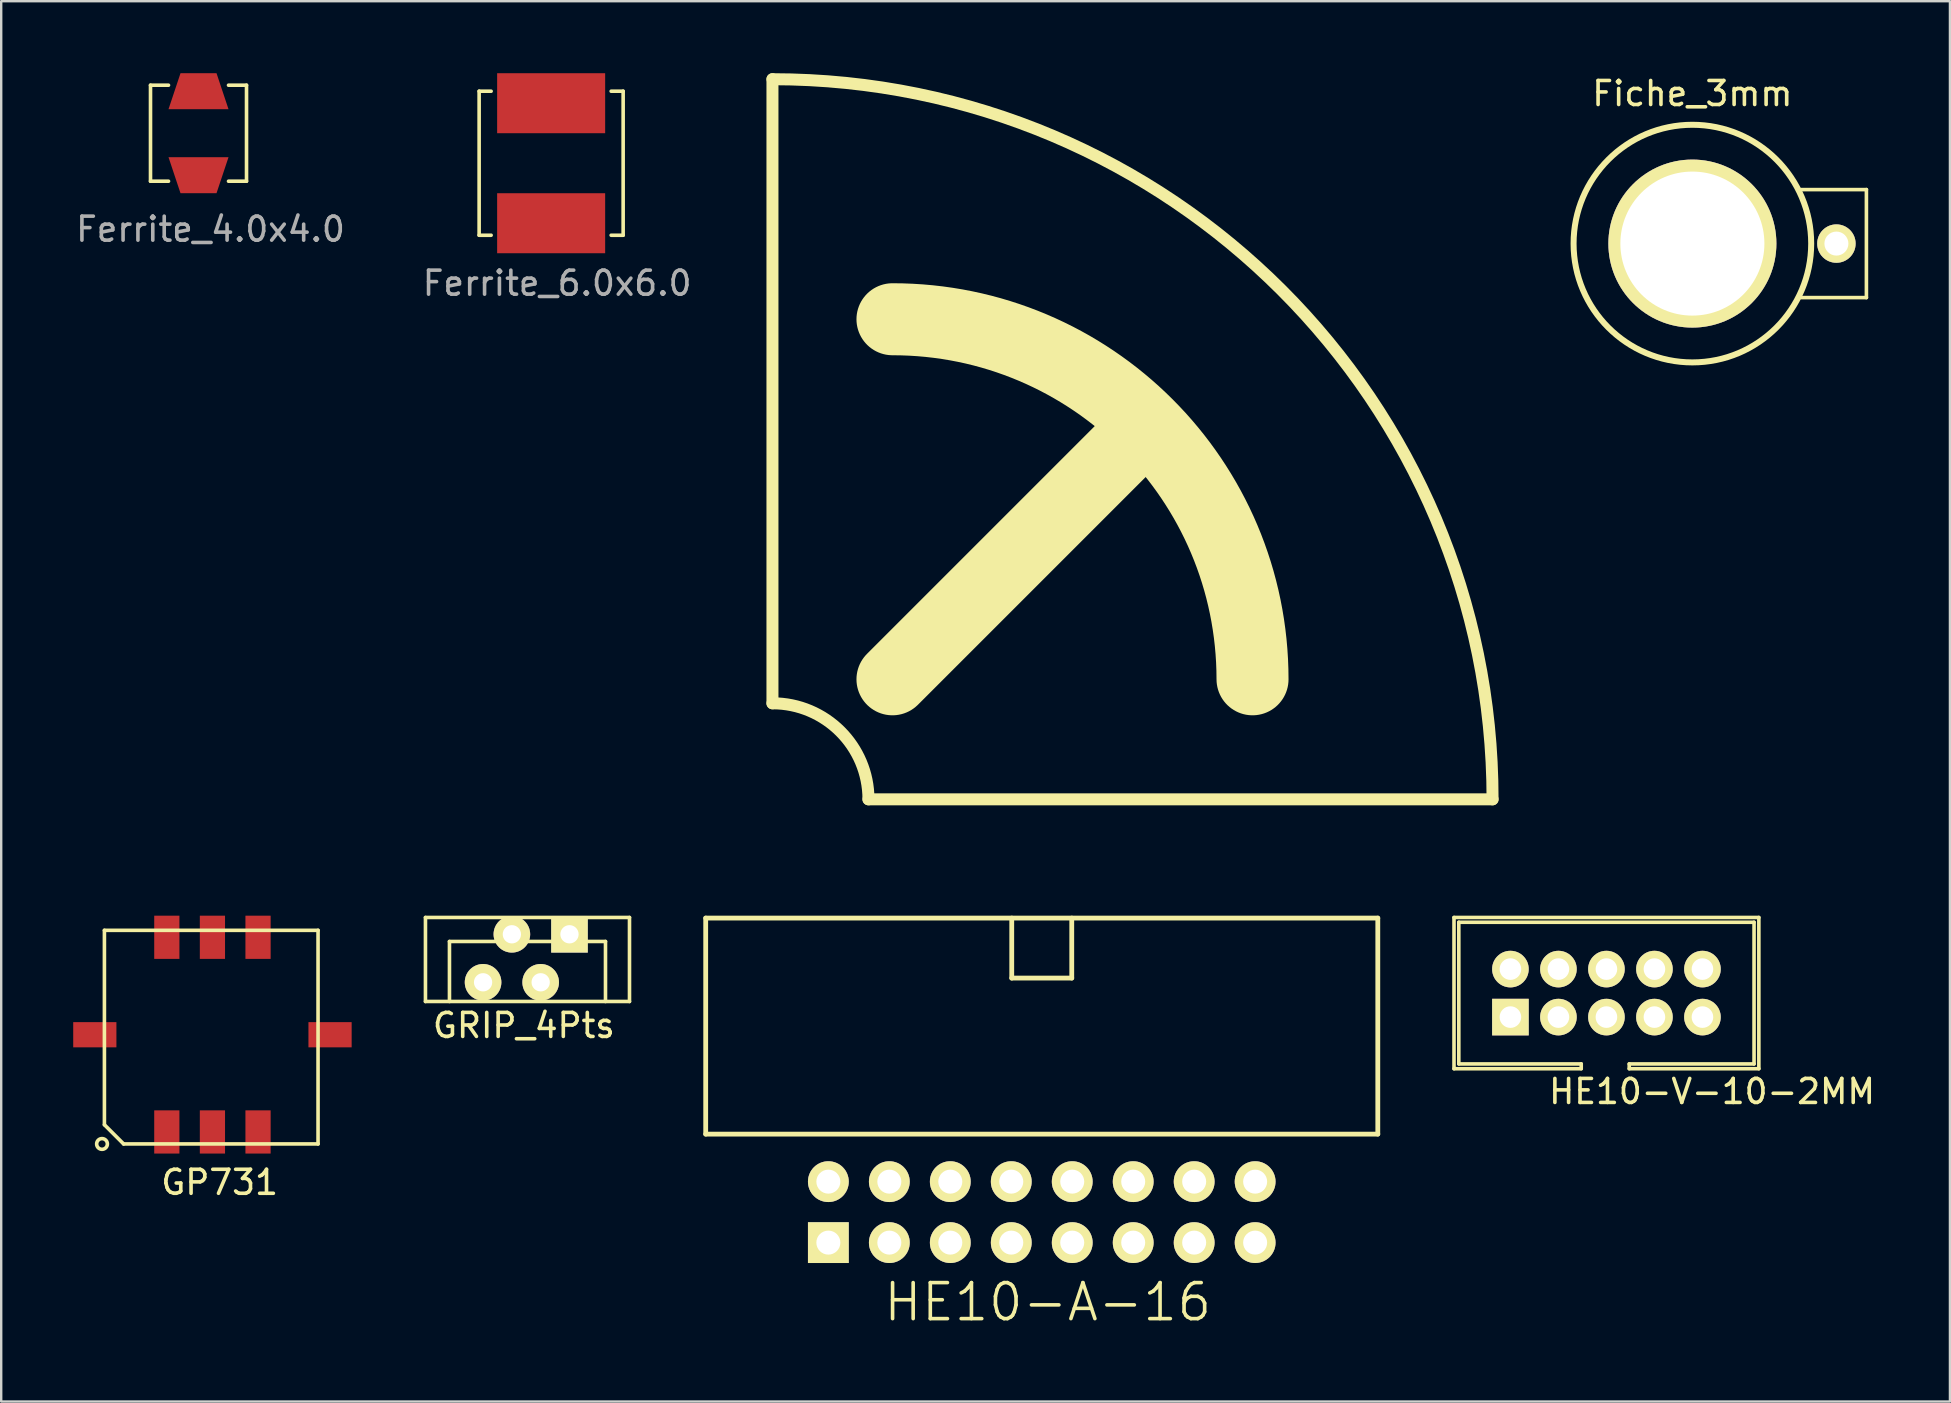
<source format=kicad_pcb>
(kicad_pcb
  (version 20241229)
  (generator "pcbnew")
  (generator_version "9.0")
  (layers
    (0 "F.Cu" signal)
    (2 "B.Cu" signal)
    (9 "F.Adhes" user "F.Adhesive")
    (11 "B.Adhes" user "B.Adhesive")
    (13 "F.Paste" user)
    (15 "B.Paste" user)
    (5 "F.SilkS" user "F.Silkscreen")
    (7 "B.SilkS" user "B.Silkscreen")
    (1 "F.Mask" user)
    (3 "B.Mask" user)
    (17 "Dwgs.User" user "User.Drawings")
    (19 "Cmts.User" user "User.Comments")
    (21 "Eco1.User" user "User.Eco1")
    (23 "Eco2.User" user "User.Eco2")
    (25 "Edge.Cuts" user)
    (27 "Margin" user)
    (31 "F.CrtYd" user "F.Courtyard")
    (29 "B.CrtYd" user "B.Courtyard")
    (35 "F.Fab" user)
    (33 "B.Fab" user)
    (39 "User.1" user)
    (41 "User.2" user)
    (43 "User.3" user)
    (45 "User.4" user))
  (footprint "GP731"
    (layer "F.Cu")
    (at 5.7 40.108)
    (property "Reference" "GP731" (at 0.4 6.1 0) (layer "F.SilkS") (effects (font (size 1 1) (thickness 0.15))))
    (attr through_hole)
    (fp_line (start -4.4 -4.4) (end -4.4 3.7) (stroke (width 0.15) (type solid)) (layer "F.SilkS"))
    (fp_line (start -4.4 -4.4) (end 4.5 -4.4) (stroke (width 0.15) (type solid)) (layer "F.SilkS"))
    (fp_line (start -4.4 3.7) (end -3.6 4.5) (stroke (width 0.15) (type solid)) (layer "F.SilkS"))
    (fp_line (start -3.6 4.5) (end 4.5 4.5) (stroke (width 0.15) (type solid)) (layer "F.SilkS"))
    (fp_line (start 4.5 -4.4) (end 4.5 4.5) (stroke (width 0.15) (type solid)) (layer "F.SilkS"))
    (fp_circle (center -4.5 4.5) (end -4.3 4.6) (stroke (width 0.15) (type solid)) (fill no) (layer "F.SilkS"))
    (pad "1" smd rect (at -1.8 4) (size 1.05 1.8) (layers "F.Cu" "F.Mask" "F.Paste"))
    (pad "2" smd rect (at 0.1 4) (size 1.05 1.8) (layers "F.Cu" "F.Mask" "F.Paste"))
    (pad "3" smd rect (at 2 4) (size 1.05 1.8) (layers "F.Cu" "F.Mask" "F.Paste"))
    (pad "4" smd rect (at 5 -0.05 90) (size 1.05 1.8) (layers "F.Cu" "F.Mask" "F.Paste"))
    (pad "5" smd rect (at 2 -4.11 180) (size 1.05 1.8) (layers "F.Cu" "F.Mask" "F.Paste"))
    (pad "6" smd rect (at 0.1 -4.11 180) (size 1.05 1.8) (layers "F.Cu" "F.Mask" "F.Paste"))
    (pad "7" smd rect (at -1.8 -4.11 180) (size 1.05 1.8) (layers "F.Cu" "F.Mask" "F.Paste"))
    (pad "8" smd rect (at -4.8 -0.05 270) (size 1.05 1.8) (layers "F.Cu" "F.Mask" "F.Paste")))
  (footprint "GRIP_4Pts"
    (layer "F.Cu")
    (at 18.775 36.873)
    (property "Reference" "GRIP_4Pts" (at 0 2.8 0) (layer "F.SilkS") (effects (font (size 1 1) (thickness 0.15))))
    (attr through_hole)
    (fp_line (start -4.1 -1.7) (end 4.4 -1.7) (stroke (width 0.15) (type solid)) (layer "F.SilkS"))
    (fp_line (start -4.1 1.8) (end -4.1 -1.7) (stroke (width 0.15) (type solid)) (layer "F.SilkS"))
    (fp_line (start -3.1 -0.7) (end 3.4 -0.7) (stroke (width 0.15) (type solid)) (layer "F.SilkS"))
    (fp_line (start -3.1 1.8) (end -3.1 -0.7) (stroke (width 0.15) (type solid)) (layer "F.SilkS"))
    (fp_line (start 3.4 -0.7) (end 3.4 1.8) (stroke (width 0.15) (type solid)) (layer "F.SilkS"))
    (fp_line (start 4.4 -1.7) (end 4.4 1.8) (stroke (width 0.15) (type solid)) (layer "F.SilkS"))
    (fp_line (start 4.4 1.8) (end -4.1 1.8) (stroke (width 0.15) (type solid)) (layer "F.SilkS"))
    (pad "1" thru_hole rect (at 1.9 -1) (size 1.524 1.524) (drill 0.762) (layers "*.Cu" "*.Mask" "F.SilkS"))
    (pad "2" thru_hole circle (at 0.7 1) (size 1.524 1.524) (drill 0.762) (layers "*.Cu" "*.Mask" "F.SilkS"))
    (pad "3" thru_hole circle (at -0.5 -1) (size 1.524 1.524) (drill 0.762) (layers "*.Cu" "*.Mask" "F.SilkS"))
    (pad "4" thru_hole circle (at -1.7 1) (size 1.524 1.524) (drill 0.762) (layers "*.Cu" "*.Mask" "F.SilkS")))
  (footprint "HE10-V-10-2MM"
    (layer "F.Cu")
    (at 63.825 38.273)
    (property "Reference" "HE10-V-10-2MM" (at 4.45 4.15 0) (layer "F.SilkS") (effects (font (size 1 1) (thickness 0.15))))
    (attr through_hole)
    (fp_line (start -6.3 -3.1) (end -6.3 3.2) (stroke (width 0.15) (type solid)) (layer "F.SilkS"))
    (fp_line (start -6.3 -3.1) (end 6.4 -3.1) (stroke (width 0.15) (type solid)) (layer "F.SilkS"))
    (fp_line (start -6.1 -2.9) (end 6.2 -2.9) (stroke (width 0.15) (type solid)) (layer "F.SilkS"))
    (fp_line (start -6.1 3) (end -6.1 -2.9) (stroke (width 0.15) (type solid)) (layer "F.SilkS"))
    (fp_line (start -6.1 3) (end -1 3) (stroke (width 0.15) (type solid)) (layer "F.SilkS"))
    (fp_line (start -1 3) (end -1 3.2) (stroke (width 0.15) (type solid)) (layer "F.SilkS"))
    (fp_line (start -1 3.2) (end -6.3 3.2) (stroke (width 0.15) (type solid)) (layer "F.SilkS"))
    (fp_line (start 1 3) (end 1 3.2) (stroke (width 0.15) (type solid)) (layer "F.SilkS"))
    (fp_line (start 1 3.2) (end 6.4 3.2) (stroke (width 0.15) (type solid)) (layer "F.SilkS"))
    (fp_line (start 6.2 -2.9) (end 6.2 3) (stroke (width 0.15) (type solid)) (layer "F.SilkS"))
    (fp_line (start 6.2 3) (end 1 3) (stroke (width 0.15) (type solid)) (layer "F.SilkS"))
    (fp_line (start 6.4 3.2) (end 6.4 -3.1) (stroke (width 0.15) (type solid)) (layer "F.SilkS"))
    (pad "1" thru_hole rect (at -3.95 1.05) (size 1.524 1.524) (drill 0.9) (layers "*.Cu" "*.Mask" "F.SilkS"))
    (pad "2" thru_hole circle (at -3.95 -0.95) (size 1.524 1.524) (drill 0.9) (layers "*.Cu" "*.Mask" "F.SilkS"))
    (pad "3" thru_hole circle (at -1.95 1.05) (size 1.524 1.524) (drill 0.9) (layers "*.Cu" "*.Mask" "F.SilkS"))
    (pad "4" thru_hole circle (at -1.95 -0.95) (size 1.524 1.524) (drill 0.9) (layers "*.Cu" "*.Mask" "F.SilkS"))
    (pad "5" thru_hole circle (at 0.05 1.05) (size 1.524 1.524) (drill 0.9) (layers "*.Cu" "*.Mask" "F.SilkS"))
    (pad "6" thru_hole circle (at 0.05 -0.95) (size 1.524 1.524) (drill 0.9) (layers "*.Cu" "*.Mask" "F.SilkS"))
    (pad "7" thru_hole circle (at 2.05 1.05) (size 1.524 1.524) (drill 0.9) (layers "*.Cu" "*.Mask" "F.SilkS"))
    (pad "8" thru_hole circle (at 2.05 -0.95) (size 1.524 1.524) (drill 0.9) (layers "*.Cu" "*.Mask" "F.SilkS"))
    (pad "9" thru_hole circle (at 4.05 1.05) (size 1.524 1.524) (drill 0.9) (layers "*.Cu" "*.Mask" "F.SilkS"))
    (pad "10" thru_hole circle (at 4.05 -0.95) (size 1.524 1.524) (drill 0.9) (layers "*.Cu" "*.Mask" "F.SilkS")))
  (footprint "Fiche_3mm"
    (layer "F.Cu")
    (at 67.456 7.098)
    (property "Reference" "Fiche_3mm" (at 0 -6.25 0) (layer "F.SilkS") (effects (font (size 1 1) (thickness 0.15))))
    (attr through_hole)
    (fp_line (start 4.5 -2.25) (end 7.25 -2.25) (stroke (width 0.15) (type solid)) (layer "F.SilkS"))
    (fp_line (start 7.25 -2.25) (end 7.25 2.25) (stroke (width 0.15) (type solid)) (layer "F.SilkS"))
    (fp_line (start 7.25 2.25) (end 4.5 2.25) (stroke (width 0.15) (type solid)) (layer "F.SilkS"))
    (fp_circle (center 0 0) (end -3.5 3.5) (stroke (width 0.25) (type solid)) (fill no) (layer "F.SilkS"))
    (pad "" np_thru_hole circle (at 0 0) (size 7 7) (drill 6) (layers "*.Cu" "*.Mask" "F.SilkS"))
    (pad "1" thru_hole circle (at 6 0) (size 1.6 1.6) (drill 1) (layers "*.Cu" "*.Mask" "F.SilkS")))
  (footprint "Fiber_Organiser"
    (layer "F.Cu")
    (at 29.131 30.25)
    (property "Reference" "Fiber_Organiser" (at 16 1 0) (layer "Eco1.User") (effects (font (size 1 1) (thickness 0.15))))
    (attr through_hole)
    (fp_line (start 0 -4) (end 0 -30) (stroke (width 0.5) (type solid)) (layer "F.SilkS"))
    (fp_line (start 4 0) (end 30 0) (stroke (width 0.5) (type solid)) (layer "F.SilkS"))
    (fp_line (start 5 -5) (end 15 -15) (stroke (width 3) (type solid)) (layer "F.SilkS"))
    (fp_arc (start 0 -30) (mid 21.213203 -21.213203) (end 30 0) (stroke (width 0.5) (type solid)) (layer "F.SilkS"))
    (fp_arc (start 0 -4) (mid 2.828427 -2.828427) (end 4 0) (stroke (width 0.5) (type solid)) (layer "F.SilkS"))
    (fp_arc (start 5 -20) (mid 15.606602 -15.606602) (end 20 -5) (stroke (width 3) (type solid)) (layer "F.SilkS")))
  (footprint "HE10-A-16"
    (layer "F.Cu")
    (at 40.35 44.198)
    (property "Reference" "HE10-A-16" (at 0.25 7 0) (layer "F.SilkS") (effects (font (size 1.5 1.5) (thickness 0.15))))
    (attr through_hole)
    (fp_line (start -14 -9) (end 14 -9) (stroke (width 0.2) (type solid)) (layer "F.SilkS"))
    (fp_line (start -14 0) (end -14 -9) (stroke (width 0.2) (type solid)) (layer "F.SilkS"))
    (fp_line (start -14 0) (end 14 0) (stroke (width 0.2) (type solid)) (layer "F.SilkS"))
    (fp_line (start -1.25 -9) (end -1.25 -6.5) (stroke (width 0.2) (type solid)) (layer "F.SilkS"))
    (fp_line (start -1.25 -6.5) (end 1.25 -6.5) (stroke (width 0.2) (type solid)) (layer "F.SilkS"))
    (fp_line (start 1.25 -6.5) (end 1.25 -9) (stroke (width 0.2) (type solid)) (layer "F.SilkS"))
    (fp_line (start 14 0) (end 14 -9) (stroke (width 0.2) (type solid)) (layer "F.SilkS"))
    (pad "1" thru_hole rect (at -8.89 4.52) (size 1.7 1.7) (drill 1) (layers "*.Cu" "*.Mask" "F.SilkS"))
    (pad "2" thru_hole circle (at -8.89 1.98) (size 1.7 1.7) (drill 1) (layers "*.Cu" "*.Mask" "F.SilkS"))
    (pad "3" thru_hole circle (at -6.35 4.52) (size 1.7 1.7) (drill 1) (layers "*.Cu" "*.Mask" "F.SilkS"))
    (pad "4" thru_hole circle (at -6.35 1.98) (size 1.7 1.7) (drill 1) (layers "*.Cu" "*.Mask" "F.SilkS"))
    (pad "5" thru_hole circle (at -3.81 4.52) (size 1.7 1.7) (drill 1) (layers "*.Cu" "*.Mask" "F.SilkS"))
    (pad "6" thru_hole circle (at -3.81 1.98) (size 1.7 1.7) (drill 1) (layers "*.Cu" "*.Mask" "F.SilkS"))
    (pad "7" thru_hole circle (at -1.27 4.52) (size 1.7 1.7) (drill 1) (layers "*.Cu" "*.Mask" "F.SilkS"))
    (pad "8" thru_hole circle (at -1.27 1.98) (size 1.7 1.7) (drill 1) (layers "*.Cu" "*.Mask" "F.SilkS"))
    (pad "9" thru_hole circle (at 1.27 4.52) (size 1.7 1.7) (drill 1) (layers "*.Cu" "*.Mask" "F.SilkS"))
    (pad "10" thru_hole circle (at 1.27 1.98) (size 1.7 1.7) (drill 1) (layers "*.Cu" "*.Mask" "F.SilkS"))
    (pad "11" thru_hole circle (at 3.81 4.52) (size 1.7 1.7) (drill 1) (layers "*.Cu" "*.Mask" "F.SilkS"))
    (pad "12" thru_hole circle (at 3.81 1.98) (size 1.7 1.7) (drill 1) (layers "*.Cu" "*.Mask" "F.SilkS"))
    (pad "13" thru_hole circle (at 6.35 4.52) (size 1.7 1.7) (drill 1) (layers "*.Cu" "*.Mask" "F.SilkS"))
    (pad "14" thru_hole circle (at 6.35 1.98) (size 1.7 1.7) (drill 1) (layers "*.Cu" "*.Mask" "F.SilkS"))
    (pad "15" thru_hole circle (at 8.89 4.52) (size 1.7 1.7) (drill 1) (layers "*.Cu" "*.Mask" "F.SilkS"))
    (pad "16" thru_hole circle (at 8.89 1.98) (size 1.7 1.7) (drill 1) (layers "*.Cu" "*.Mask" "F.SilkS")))
  (footprint "Ferrite_6.0x6.0"
    (layer "F.Cu")
    (at 19.911 3.75)
    (property "Reference" "Ferrite_6.0x6.0" (at 0.25 5 0) (layer "F.Fab") (effects (font (size 1 1) (thickness 0.15))))
    (attr through_hole)
    (fp_line (start -3 -3) (end -3 3) (stroke (width 0.15) (type solid)) (layer "F.SilkS"))
    (fp_line (start -3 3) (end -2.5 3) (stroke (width 0.15) (type solid)) (layer "F.SilkS"))
    (fp_line (start -2.5 -3) (end -3 -3) (stroke (width 0.15) (type solid)) (layer "F.SilkS"))
    (fp_line (start 2.5 -3) (end 3 -3) (stroke (width 0.15) (type solid)) (layer "F.SilkS"))
    (fp_line (start 3 -3) (end 3 3) (stroke (width 0.15) (type solid)) (layer "F.SilkS"))
    (fp_line (start 3 3) (end 2.5 3) (stroke (width 0.15) (type solid)) (layer "F.SilkS"))
    (pad "1" smd rect (at 0 -2.5) (size 4.5 2.5) (layers "F.Cu" "F.Mask" "F.Paste"))
    (pad "2" smd rect (at 0 2.5) (size 4.5 2.5) (layers "F.Cu" "F.Mask" "F.Paste")))
  (footprint "Ferrite_4.0x4.0"
    (layer "F.Cu")
    (at 5.22 2.5)
    (property "Reference" "Ferrite_4.0x4.0" (at 0.5 4 0) (layer "F.Fab") (effects (font (size 1 1) (thickness 0.15))))
    (attr through_hole)
    (fp_line (start -2 -2) (end -1.25 -2) (stroke (width 0.15) (type solid)) (layer "F.SilkS"))
    (fp_line (start -2 2) (end -2 -2) (stroke (width 0.15) (type solid)) (layer "F.SilkS"))
    (fp_line (start -1.25 2) (end -2 2) (stroke (width 0.15) (type solid)) (layer "F.SilkS"))
    (fp_line (start 1.25 -2) (end 2 -2) (stroke (width 0.15) (type solid)) (layer "F.SilkS"))
    (fp_line (start 2 -2) (end 2 2) (stroke (width 0.15) (type solid)) (layer "F.SilkS"))
    (fp_line (start 2 2) (end 1.25 2) (stroke (width 0.15) (type solid)) (layer "F.SilkS"))
    (pad "1" smd trapezoid (at 0 -1.75) (size 2 1.5) (rect_delta 0 0.5) (layers "F.Cu" "F.Mask" "F.Paste"))
    (pad "2" smd trapezoid (at 0 1.75) (size 2 1.5) (rect_delta 0 -0.5) (layers "F.Cu" "F.Mask" "F.Paste")))
  (gr_rect
    (start -3 -3)
    (end 78.186 55.339)
    (stroke (width 0.1) (type default))
    (fill no)
    (layer "Edge.Cuts")))
</source>
